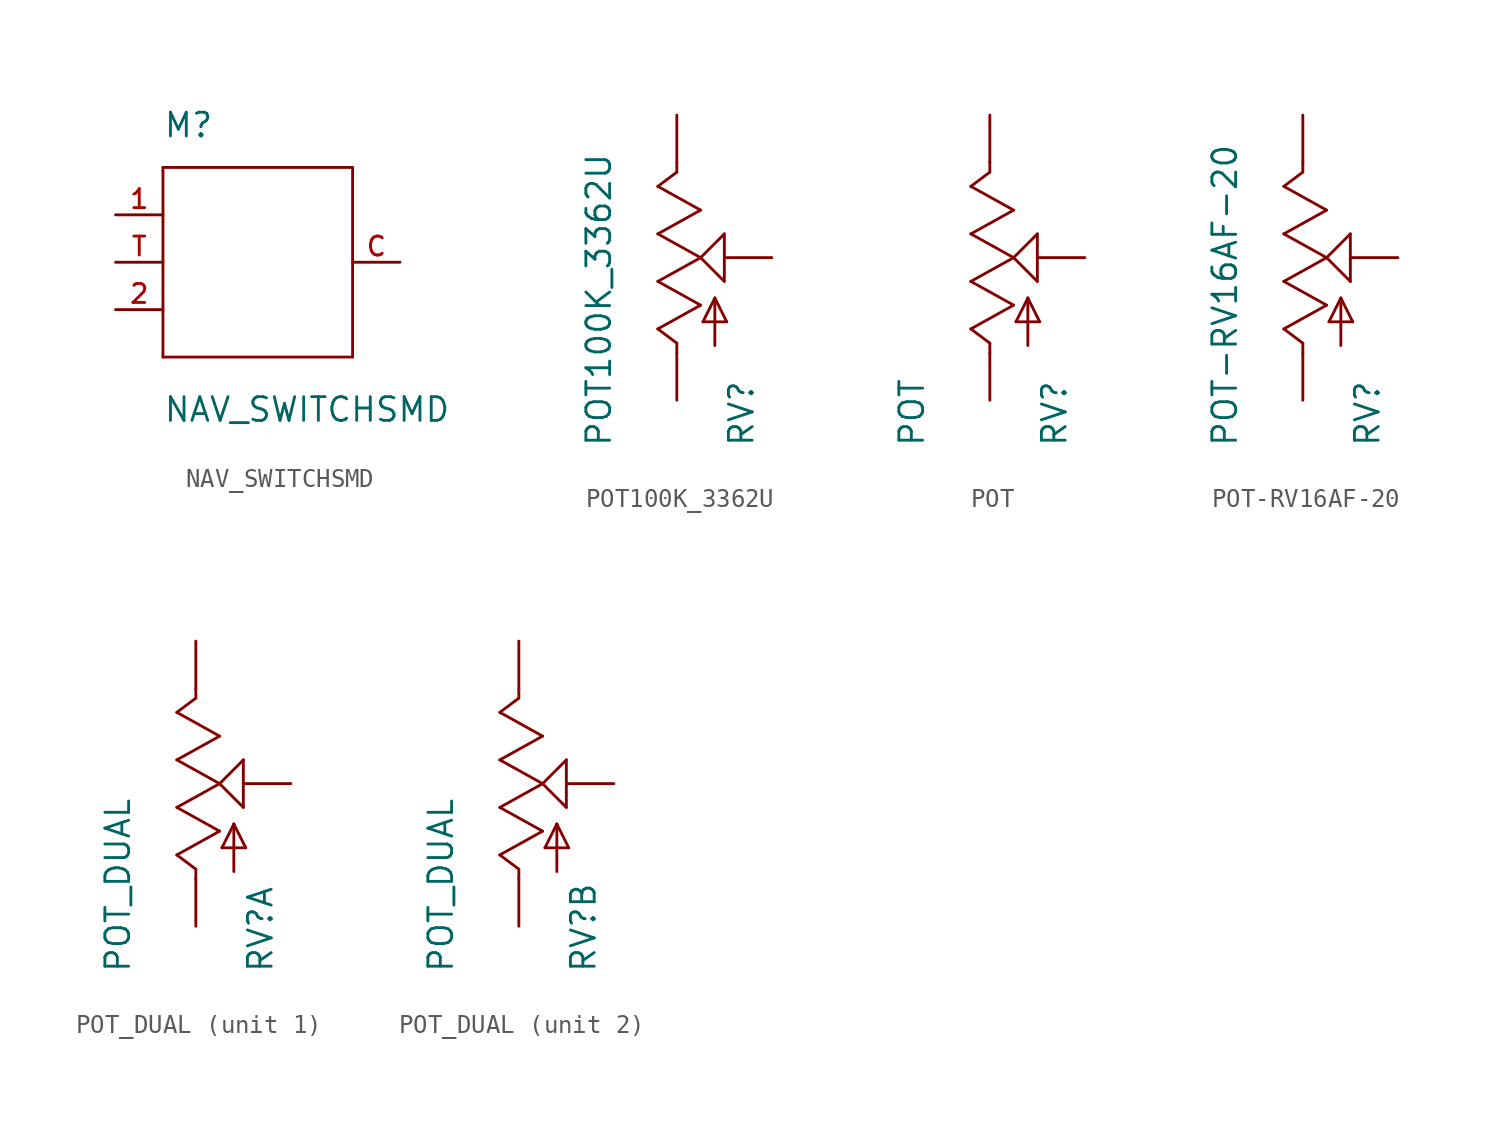
<source format=kicad_sym>
(kicad_symbol_lib
  (version 20220914)
  (generator kicad_symbol_editor)
  (symbol "NAV_SWITCHSMD"
    (pin_names
      (offset 1.016) hide)
    (property "Reference" "M"
      (at -5.08 6.604 0)
      (effects (font (size 1.27 1.27)) (justify left bottom)))
    (property "Value" "NAV_SWITCHSMD"
      (at -5.08 -8.636 0)
      (effects (font (size 1.27 1.27)) (justify left bottom)))
    (property "ki_locked" ""
      (at 0 0 0)
      (effects (font (size 1.27 1.27))))
    (symbol "NAV_SWITCHSMD_1_0"
      (polyline (pts (xy -5.08 -5.08) (xy -5.08 5.08)) (stroke (width 0) (type solid)) (fill (type none)))
      (polyline (pts (xy -5.08 5.08) (xy 5.08 5.08)) (stroke (width 0) (type solid)) (fill (type none)))
      (polyline (pts (xy 5.08 -5.08) (xy -5.08 -5.08)) (stroke (width 0) (type solid)) (fill (type none)))
      (polyline (pts (xy 5.08 5.08) (xy 5.08 -5.08)) (stroke (width 0) (type solid)) (fill (type none))))
    (symbol "NAV_SWITCHSMD_1_1"
      (pin input line (at -7.62 2.54 0) (length 2.54) (name "1" (effects (font (size 1.016 1.016)))) (number "1" (effects (font (size 1.016 1.016)))))
      (pin input line (at -7.62 -2.54 0) (length 2.54) (name "2" (effects (font (size 1.016 1.016)))) (number "2" (effects (font (size 1.016 1.016)))))
      (pin power_in line (at 7.62 0 180) (length 2.54) (name "C" (effects (font (size 1.016 1.016)))) (number "C" (effects (font (size 1.016 1.016)))))
      (pin input line (at -7.62 0 0) (length 2.54) (name "T" (effects (font (size 1.016 1.016)))) (number "T" (effects (font (size 1.016 1.016)))))))
  (symbol "POT100K_3362U"
    (pin_numbers hide)
    (pin_names
      (offset 1.016) hide)
    (property "Reference" "RV"
      (at 4.191 -10.16 90)
      (effects (font (size 1.27 1.27)) (justify left bottom)))
    (property "Value" "POT100K_3362U"
      (at -3.429 -10.16 90)
      (effects (font (size 1.27 1.27)) (justify left bottom)))
    (property "ki_locked" ""
      (at 0 0 0)
      (effects (font (size 1.27 1.27))))
    (symbol "POT100K_3362U_1_0"
      (polyline (pts (xy -1.016 -3.81) (xy 1.27 -2.54)) (stroke (width 0) (type solid)) (fill (type none)))
      (polyline (pts (xy -1.016 -1.27) (xy 1.27 0)) (stroke (width 0) (type solid)) (fill (type none)))
      (polyline (pts (xy -1.016 1.27) (xy 1.27 2.54)) (stroke (width 0) (type solid)) (fill (type none)))
      (polyline (pts (xy -1.016 3.81) (xy 0 4.572)) (stroke (width 0) (type solid)) (fill (type none)))
      (polyline (pts (xy 0 -5.08) (xy 0 -4.572)) (stroke (width 0) (type solid)) (fill (type none)))
      (polyline (pts (xy 0 -4.572) (xy -1.016 -3.81)) (stroke (width 0) (type solid)) (fill (type none)))
      (polyline (pts (xy 0 4.572) (xy 0 5.08)) (stroke (width 0) (type solid)) (fill (type none)))
      (polyline (pts (xy 1.27 -2.54) (xy -1.016 -1.27)) (stroke (width 0) (type solid)) (fill (type none)))
      (polyline (pts (xy 1.27 0) (xy -1.016 1.27)) (stroke (width 0) (type solid)) (fill (type none)))
      (polyline (pts (xy 1.27 0) (xy 2.54 1.27)) (stroke (width 0) (type solid)) (fill (type none)))
      (polyline (pts (xy 1.27 2.54) (xy -1.016 3.81)) (stroke (width 0) (type solid)) (fill (type none)))
      (polyline (pts (xy 1.397 -3.429) (xy 2.032 -2.159)) (stroke (width 0) (type solid)) (fill (type none)))
      (polyline (pts (xy 2.032 -4.699) (xy 2.032 -2.159)) (stroke (width 0) (type solid)) (fill (type none)))
      (polyline (pts (xy 2.032 -2.159) (xy 2.667 -3.429)) (stroke (width 0) (type solid)) (fill (type none)))
      (polyline (pts (xy 2.54 -1.27) (xy 1.27 0)) (stroke (width 0) (type solid)) (fill (type none)))
      (polyline (pts (xy 2.54 1.27) (xy 2.54 -1.27)) (stroke (width 0) (type solid)) (fill (type none)))
      (polyline (pts (xy 2.667 -3.429) (xy 1.397 -3.429)) (stroke (width 0) (type solid)) (fill (type none))))
    (symbol "POT100K_3362U_1_1"
      (pin passive line (at 0 7.62 270) (length 2.54) (name "E" (effects (font (size 1.016 1.016)))) (number "P$1" (effects (font (size 1.016 1.016)))))
      (pin passive line (at 5.08 0 180) (length 2.54) (name "S" (effects (font (size 1.016 1.016)))) (number "P$2" (effects (font (size 1.016 1.016)))))
      (pin passive line (at 0 -7.62 90) (length 2.54) (name "A" (effects (font (size 1.016 1.016)))) (number "P$3" (effects (font (size 1.016 1.016)))))))
  (symbol "POT"
    (pin_numbers hide)
    (pin_names
      (offset 1.016) hide)
    (property "Reference" "RV"
      (at 4.191 -10.16 90)
      (effects (font (size 1.27 1.27)) (justify left bottom)))
    (property "Value" "POT"
      (at -3.429 -10.16 90)
      (effects (font (size 1.27 1.27)) (justify left bottom)))
    (property "ki_locked" ""
      (at 0 0 0)
      (effects (font (size 1.27 1.27))))
    (symbol "POT_1_0"
      (polyline (pts (xy -1.016 -3.81) (xy 1.27 -2.54)) (stroke (width 0) (type solid)) (fill (type none)))
      (polyline (pts (xy -1.016 -1.27) (xy 1.27 0)) (stroke (width 0) (type solid)) (fill (type none)))
      (polyline (pts (xy -1.016 1.27) (xy 1.27 2.54)) (stroke (width 0) (type solid)) (fill (type none)))
      (polyline (pts (xy -1.016 3.81) (xy 0 4.572)) (stroke (width 0) (type solid)) (fill (type none)))
      (polyline (pts (xy 0 -5.08) (xy 0 -4.572)) (stroke (width 0) (type solid)) (fill (type none)))
      (polyline (pts (xy 0 -4.572) (xy -1.016 -3.81)) (stroke (width 0) (type solid)) (fill (type none)))
      (polyline (pts (xy 0 4.572) (xy 0 5.08)) (stroke (width 0) (type solid)) (fill (type none)))
      (polyline (pts (xy 1.27 -2.54) (xy -1.016 -1.27)) (stroke (width 0) (type solid)) (fill (type none)))
      (polyline (pts (xy 1.27 0) (xy -1.016 1.27)) (stroke (width 0) (type solid)) (fill (type none)))
      (polyline (pts (xy 1.27 0) (xy 2.54 1.27)) (stroke (width 0) (type solid)) (fill (type none)))
      (polyline (pts (xy 1.27 2.54) (xy -1.016 3.81)) (stroke (width 0) (type solid)) (fill (type none)))
      (polyline (pts (xy 1.397 -3.429) (xy 2.032 -2.159)) (stroke (width 0) (type solid)) (fill (type none)))
      (polyline (pts (xy 2.032 -4.699) (xy 2.032 -2.159)) (stroke (width 0) (type solid)) (fill (type none)))
      (polyline (pts (xy 2.032 -2.159) (xy 2.667 -3.429)) (stroke (width 0) (type solid)) (fill (type none)))
      (polyline (pts (xy 2.54 -1.27) (xy 1.27 0)) (stroke (width 0) (type solid)) (fill (type none)))
      (polyline (pts (xy 2.54 1.27) (xy 2.54 -1.27)) (stroke (width 0) (type solid)) (fill (type none)))
      (polyline (pts (xy 2.667 -3.429) (xy 1.397 -3.429)) (stroke (width 0) (type solid)) (fill (type none))))
    (symbol "POT_1_1"
      (pin passive line (at 0 7.62 270) (length 2.54) (name "E" (effects (font (size 1.016 1.016)))) (number "P$1" (effects (font (size 1.016 1.016)))))
      (pin passive line (at 5.08 0 180) (length 2.54) (name "S" (effects (font (size 1.016 1.016)))) (number "P$2" (effects (font (size 1.016 1.016)))))
      (pin passive line (at 0 -7.62 90) (length 2.54) (name "A" (effects (font (size 1.016 1.016)))) (number "P$3" (effects (font (size 1.016 1.016)))))))
  (symbol "POT-RV16AF-20"
    (pin_numbers hide)
    (pin_names
      (offset 1.016) hide)
    (property "Reference" "RV"
      (at 4.191 -10.16 90)
      (effects (font (size 1.27 1.27)) (justify left bottom)))
    (property "Value" "POT-RV16AF-20"
      (at -3.429 -10.16 90)
      (effects (font (size 1.27 1.27)) (justify left bottom)))
    (property "ki_locked" ""
      (at 0 0 0)
      (effects (font (size 1.27 1.27))))
    (symbol "POT-RV16AF-20_1_0"
      (polyline (pts (xy -1.016 -3.81) (xy 1.27 -2.54)) (stroke (width 0) (type solid)) (fill (type none)))
      (polyline (pts (xy -1.016 -1.27) (xy 1.27 0)) (stroke (width 0) (type solid)) (fill (type none)))
      (polyline (pts (xy -1.016 1.27) (xy 1.27 2.54)) (stroke (width 0) (type solid)) (fill (type none)))
      (polyline (pts (xy -1.016 3.81) (xy 0 4.572)) (stroke (width 0) (type solid)) (fill (type none)))
      (polyline (pts (xy 0 -5.08) (xy 0 -4.572)) (stroke (width 0) (type solid)) (fill (type none)))
      (polyline (pts (xy 0 -4.572) (xy -1.016 -3.81)) (stroke (width 0) (type solid)) (fill (type none)))
      (polyline (pts (xy 0 4.572) (xy 0 5.08)) (stroke (width 0) (type solid)) (fill (type none)))
      (polyline (pts (xy 1.27 -2.54) (xy -1.016 -1.27)) (stroke (width 0) (type solid)) (fill (type none)))
      (polyline (pts (xy 1.27 0) (xy -1.016 1.27)) (stroke (width 0) (type solid)) (fill (type none)))
      (polyline (pts (xy 1.27 0) (xy 2.54 1.27)) (stroke (width 0) (type solid)) (fill (type none)))
      (polyline (pts (xy 1.27 2.54) (xy -1.016 3.81)) (stroke (width 0) (type solid)) (fill (type none)))
      (polyline (pts (xy 1.397 -3.429) (xy 2.032 -2.159)) (stroke (width 0) (type solid)) (fill (type none)))
      (polyline (pts (xy 2.032 -4.699) (xy 2.032 -2.159)) (stroke (width 0) (type solid)) (fill (type none)))
      (polyline (pts (xy 2.032 -2.159) (xy 2.667 -3.429)) (stroke (width 0) (type solid)) (fill (type none)))
      (polyline (pts (xy 2.54 -1.27) (xy 1.27 0)) (stroke (width 0) (type solid)) (fill (type none)))
      (polyline (pts (xy 2.54 1.27) (xy 2.54 -1.27)) (stroke (width 0) (type solid)) (fill (type none)))
      (polyline (pts (xy 2.667 -3.429) (xy 1.397 -3.429)) (stroke (width 0) (type solid)) (fill (type none))))
    (symbol "POT-RV16AF-20_1_1"
      (pin passive line (at 0 -7.62 90) (length 2.54) (name "A" (effects (font (size 1.016 1.016)))) (number "1" (effects (font (size 1.016 1.016)))))
      (pin passive line (at 5.08 0 180) (length 2.54) (name "S" (effects (font (size 1.016 1.016)))) (number "2" (effects (font (size 1.016 1.016)))))
      (pin passive line (at 0 7.62 270) (length 2.54) (name "E" (effects (font (size 1.016 1.016)))) (number "3" (effects (font (size 1.016 1.016)))))))
  (symbol "POT_DUAL"
    (pin_numbers hide)
    (pin_names
      (offset 1.016) hide)
    (property "Reference" "RV"
      (at 4.191 -10.16 90)
      (effects (font (size 1.27 1.27)) (justify left bottom)))
    (property "Value" "POT_DUAL"
      (at -3.429 -10.16 90)
      (effects (font (size 1.27 1.27)) (justify left bottom)))
    (property "ki_locked" ""
      (at 0 0 0)
      (effects (font (size 1.27 1.27))))
    (symbol "POT_DUAL_1_0"
      (polyline (pts (xy -1.016 -3.81) (xy 1.27 -2.54)) (stroke (width 0) (type solid)) (fill (type none)))
      (polyline (pts (xy -1.016 -1.27) (xy 1.27 0)) (stroke (width 0) (type solid)) (fill (type none)))
      (polyline (pts (xy -1.016 1.27) (xy 1.27 2.54)) (stroke (width 0) (type solid)) (fill (type none)))
      (polyline (pts (xy -1.016 3.81) (xy 0 4.572)) (stroke (width 0) (type solid)) (fill (type none)))
      (polyline (pts (xy 0 -5.08) (xy 0 -4.572)) (stroke (width 0) (type solid)) (fill (type none)))
      (polyline (pts (xy 0 -4.572) (xy -1.016 -3.81)) (stroke (width 0) (type solid)) (fill (type none)))
      (polyline (pts (xy 0 4.572) (xy 0 5.08)) (stroke (width 0) (type solid)) (fill (type none)))
      (polyline (pts (xy 1.27 -2.54) (xy -1.016 -1.27)) (stroke (width 0) (type solid)) (fill (type none)))
      (polyline (pts (xy 1.27 0) (xy -1.016 1.27)) (stroke (width 0) (type solid)) (fill (type none)))
      (polyline (pts (xy 1.27 0) (xy 2.54 1.27)) (stroke (width 0) (type solid)) (fill (type none)))
      (polyline (pts (xy 1.27 2.54) (xy -1.016 3.81)) (stroke (width 0) (type solid)) (fill (type none)))
      (polyline (pts (xy 1.397 -3.429) (xy 2.032 -2.159)) (stroke (width 0) (type solid)) (fill (type none)))
      (polyline (pts (xy 2.032 -4.699) (xy 2.032 -2.159)) (stroke (width 0) (type solid)) (fill (type none)))
      (polyline (pts (xy 2.032 -2.159) (xy 2.667 -3.429)) (stroke (width 0) (type solid)) (fill (type none)))
      (polyline (pts (xy 2.54 -1.27) (xy 1.27 0)) (stroke (width 0) (type solid)) (fill (type none)))
      (polyline (pts (xy 2.54 1.27) (xy 2.54 -1.27)) (stroke (width 0) (type solid)) (fill (type none)))
      (polyline (pts (xy 2.667 -3.429) (xy 1.397 -3.429)) (stroke (width 0) (type solid)) (fill (type none))))
    (symbol "POT_DUAL_1_1"
      (pin passive line (at 0 7.62 270) (length 2.54) (name "E" (effects (font (size 1.016 1.016)))) (number "A1" (effects (font (size 1.016 1.016)))))
      (pin passive line (at 5.08 0 180) (length 2.54) (name "S" (effects (font (size 1.016 1.016)))) (number "A2" (effects (font (size 1.016 1.016)))))
      (pin passive line (at 0 -7.62 90) (length 2.54) (name "A" (effects (font (size 1.016 1.016)))) (number "A3" (effects (font (size 1.016 1.016))))))
    (symbol "POT_DUAL_2_0"
      (polyline (pts (xy -1.016 -3.81) (xy 1.27 -2.54)) (stroke (width 0) (type solid)) (fill (type none)))
      (polyline (pts (xy -1.016 -1.27) (xy 1.27 0)) (stroke (width 0) (type solid)) (fill (type none)))
      (polyline (pts (xy -1.016 1.27) (xy 1.27 2.54)) (stroke (width 0) (type solid)) (fill (type none)))
      (polyline (pts (xy -1.016 3.81) (xy 0 4.572)) (stroke (width 0) (type solid)) (fill (type none)))
      (polyline (pts (xy 0 -5.08) (xy 0 -4.572)) (stroke (width 0) (type solid)) (fill (type none)))
      (polyline (pts (xy 0 -4.572) (xy -1.016 -3.81)) (stroke (width 0) (type solid)) (fill (type none)))
      (polyline (pts (xy 0 4.572) (xy 0 5.08)) (stroke (width 0) (type solid)) (fill (type none)))
      (polyline (pts (xy 1.27 -2.54) (xy -1.016 -1.27)) (stroke (width 0) (type solid)) (fill (type none)))
      (polyline (pts (xy 1.27 0) (xy -1.016 1.27)) (stroke (width 0) (type solid)) (fill (type none)))
      (polyline (pts (xy 1.27 0) (xy 2.54 1.27)) (stroke (width 0) (type solid)) (fill (type none)))
      (polyline (pts (xy 1.27 2.54) (xy -1.016 3.81)) (stroke (width 0) (type solid)) (fill (type none)))
      (polyline (pts (xy 1.397 -3.429) (xy 2.032 -2.159)) (stroke (width 0) (type solid)) (fill (type none)))
      (polyline (pts (xy 2.032 -4.699) (xy 2.032 -2.159)) (stroke (width 0) (type solid)) (fill (type none)))
      (polyline (pts (xy 2.032 -2.159) (xy 2.667 -3.429)) (stroke (width 0) (type solid)) (fill (type none)))
      (polyline (pts (xy 2.54 -1.27) (xy 1.27 0)) (stroke (width 0) (type solid)) (fill (type none)))
      (polyline (pts (xy 2.54 1.27) (xy 2.54 -1.27)) (stroke (width 0) (type solid)) (fill (type none)))
      (polyline (pts (xy 2.667 -3.429) (xy 1.397 -3.429)) (stroke (width 0) (type solid)) (fill (type none))))
    (symbol "POT_DUAL_2_1"
      (pin passive line (at 0 7.62 270) (length 2.54) (name "E" (effects (font (size 1.016 1.016)))) (number "B1" (effects (font (size 1.016 1.016)))))
      (pin passive line (at 5.08 0 180) (length 2.54) (name "S" (effects (font (size 1.016 1.016)))) (number "B2" (effects (font (size 1.016 1.016)))))
      (pin passive line (at 0 -7.62 90) (length 2.54) (name "A" (effects (font (size 1.016 1.016)))) (number "B3" (effects (font (size 1.016 1.016))))))))
</source>
